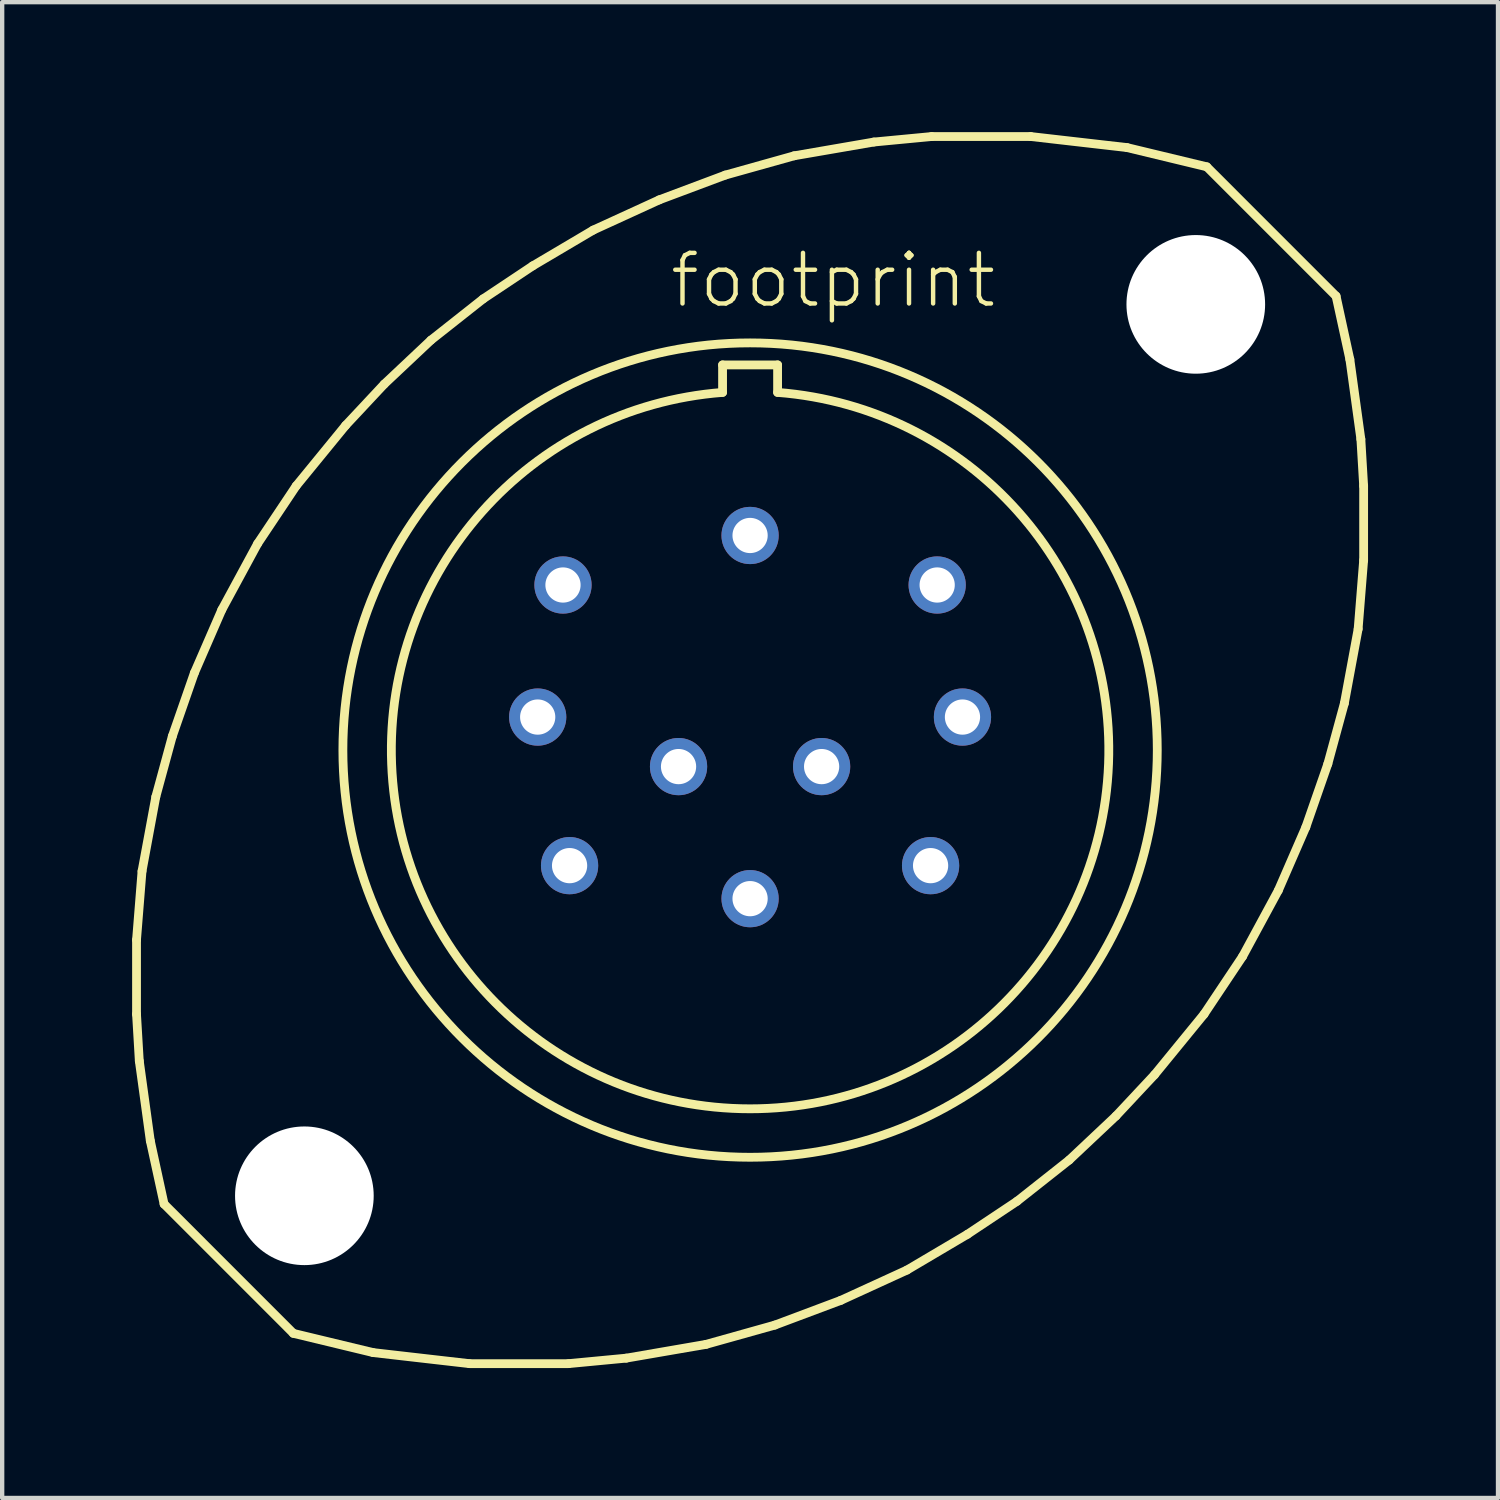
<source format=kicad_pcb>
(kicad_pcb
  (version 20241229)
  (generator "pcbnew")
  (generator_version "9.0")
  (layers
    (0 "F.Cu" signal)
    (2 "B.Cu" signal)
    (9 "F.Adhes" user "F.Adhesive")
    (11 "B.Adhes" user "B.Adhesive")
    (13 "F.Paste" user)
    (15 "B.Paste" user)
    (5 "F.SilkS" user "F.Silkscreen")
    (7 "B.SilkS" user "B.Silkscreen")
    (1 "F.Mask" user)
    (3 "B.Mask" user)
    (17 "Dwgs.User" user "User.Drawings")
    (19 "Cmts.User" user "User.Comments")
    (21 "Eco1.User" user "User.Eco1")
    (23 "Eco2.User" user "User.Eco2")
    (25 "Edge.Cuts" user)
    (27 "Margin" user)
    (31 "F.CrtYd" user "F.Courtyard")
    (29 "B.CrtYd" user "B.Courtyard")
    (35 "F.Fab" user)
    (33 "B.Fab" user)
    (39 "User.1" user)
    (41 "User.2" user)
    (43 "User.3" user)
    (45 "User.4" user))
  (footprint "footprint"
    (layer "F.Cu")
    (at 14.262 14.262)
    (property "Reference" "footprint" (at -1.905 -10.16 0) (layer "F.SilkS") (effects (font (size 1.168 1.168) (thickness 0.102)) (justify left bottom)))
    (fp_line (start -14.161 4.381) (end -14.034 2.794) (stroke (width 0.203) (type solid)) (layer "F.SilkS"))
    (fp_line (start -14.161 6.096) (end -14.161 4.381) (stroke (width 0.203) (type solid)) (layer "F.SilkS"))
    (fp_line (start -14.097 7.176) (end -14.161 6.096) (stroke (width 0.203) (type solid)) (layer "F.SilkS"))
    (fp_line (start -14.034 2.794) (end -13.716 1.079) (stroke (width 0.203) (type solid)) (layer "F.SilkS"))
    (fp_line (start -13.843 9.017) (end -14.097 7.176) (stroke (width 0.203) (type solid)) (layer "F.SilkS"))
    (fp_line (start -13.716 1.079) (end -13.335 -0.318) (stroke (width 0.203) (type solid)) (layer "F.SilkS"))
    (fp_line (start -13.525 10.477) (end -13.843 9.017) (stroke (width 0.203) (type solid)) (layer "F.SilkS"))
    (fp_line (start -13.525 10.477) (end -10.541 13.462) (stroke (width 0.203) (type solid)) (layer "F.SilkS"))
    (fp_line (start -13.335 -0.318) (end -12.827 -1.778) (stroke (width 0.203) (type solid)) (layer "F.SilkS"))
    (fp_line (start -12.827 -1.778) (end -12.192 -3.239) (stroke (width 0.203) (type solid)) (layer "F.SilkS"))
    (fp_line (start -12.192 -3.239) (end -11.367 -4.763) (stroke (width 0.203) (type solid)) (layer "F.SilkS"))
    (fp_line (start -11.367 -4.763) (end -10.477 -6.096) (stroke (width 0.203) (type solid)) (layer "F.SilkS"))
    (fp_line (start -10.477 -6.096) (end -9.335 -7.493) (stroke (width 0.203) (type solid)) (layer "F.SilkS"))
    (fp_line (start -9.335 -7.493) (end -8.445 -8.445) (stroke (width 0.203) (type solid)) (layer "F.SilkS"))
    (fp_line (start -8.7 13.906) (end -10.541 13.462) (stroke (width 0.203) (type solid)) (layer "F.SilkS"))
    (fp_line (start -8.445 -8.445) (end -7.366 -9.461) (stroke (width 0.203) (type solid)) (layer "F.SilkS"))
    (fp_line (start -7.366 -9.461) (end -6.16 -10.414) (stroke (width 0.203) (type solid)) (layer "F.SilkS"))
    (fp_line (start -6.477 14.161) (end -8.7 13.906) (stroke (width 0.203) (type solid)) (layer "F.SilkS"))
    (fp_line (start -6.16 -10.414) (end -5.016 -11.176) (stroke (width 0.203) (type solid)) (layer "F.SilkS"))
    (fp_line (start -5.016 -11.176) (end -3.619 -12.002) (stroke (width 0.203) (type solid)) (layer "F.SilkS"))
    (fp_line (start -4.191 14.161) (end -6.477 14.161) (stroke (width 0.203) (type solid)) (layer "F.SilkS"))
    (fp_line (start -3.619 -12.002) (end -2.095 -12.7) (stroke (width 0.203) (type solid)) (layer "F.SilkS"))
    (fp_line (start -2.857 14.034) (end -4.191 14.161) (stroke (width 0.203) (type solid)) (layer "F.SilkS"))
    (fp_line (start -2.095 -12.7) (end -0.572 -13.271) (stroke (width 0.203) (type solid)) (layer "F.SilkS"))
    (fp_line (start -1.016 13.716) (end -2.857 14.034) (stroke (width 0.203) (type solid)) (layer "F.SilkS"))
    (fp_line (start -0.635 -8.89) (end 0.635 -8.89) (stroke (width 0.203) (type solid)) (layer "F.SilkS"))
    (fp_line (start -0.635 -8.255) (end -0.635 -8.89) (stroke (width 0.203) (type solid)) (layer "F.SilkS"))
    (fp_line (start -0.572 -13.271) (end 1.016 -13.716) (stroke (width 0.203) (type solid)) (layer "F.SilkS"))
    (fp_line (start 0.572 13.271) (end -1.016 13.716) (stroke (width 0.203) (type solid)) (layer "F.SilkS"))
    (fp_line (start 0.635 -8.89) (end 0.635 -8.255) (stroke (width 0.203) (type solid)) (layer "F.SilkS"))
    (fp_line (start 1.016 -13.716) (end 2.857 -14.034) (stroke (width 0.203) (type solid)) (layer "F.SilkS"))
    (fp_line (start 2.095 12.7) (end 0.572 13.271) (stroke (width 0.203) (type solid)) (layer "F.SilkS"))
    (fp_line (start 2.857 -14.034) (end 4.191 -14.161) (stroke (width 0.203) (type solid)) (layer "F.SilkS"))
    (fp_line (start 3.619 12.002) (end 2.095 12.7) (stroke (width 0.203) (type solid)) (layer "F.SilkS"))
    (fp_line (start 4.191 -14.161) (end 6.477 -14.161) (stroke (width 0.203) (type solid)) (layer "F.SilkS"))
    (fp_line (start 5.016 11.176) (end 3.619 12.002) (stroke (width 0.203) (type solid)) (layer "F.SilkS"))
    (fp_line (start 6.16 10.414) (end 5.016 11.176) (stroke (width 0.203) (type solid)) (layer "F.SilkS"))
    (fp_line (start 6.477 -14.161) (end 8.7 -13.906) (stroke (width 0.203) (type solid)) (layer "F.SilkS"))
    (fp_line (start 7.366 9.461) (end 6.16 10.414) (stroke (width 0.203) (type solid)) (layer "F.SilkS"))
    (fp_line (start 8.445 8.445) (end 7.366 9.461) (stroke (width 0.203) (type solid)) (layer "F.SilkS"))
    (fp_line (start 8.7 -13.906) (end 10.541 -13.462) (stroke (width 0.203) (type solid)) (layer "F.SilkS"))
    (fp_line (start 9.335 7.493) (end 8.445 8.445) (stroke (width 0.203) (type solid)) (layer "F.SilkS"))
    (fp_line (start 10.477 6.096) (end 9.335 7.493) (stroke (width 0.203) (type solid)) (layer "F.SilkS"))
    (fp_line (start 11.367 4.763) (end 10.477 6.096) (stroke (width 0.203) (type solid)) (layer "F.SilkS"))
    (fp_line (start 12.192 3.239) (end 11.367 4.763) (stroke (width 0.203) (type solid)) (layer "F.SilkS"))
    (fp_line (start 12.827 1.778) (end 12.192 3.239) (stroke (width 0.203) (type solid)) (layer "F.SilkS"))
    (fp_line (start 13.335 0.318) (end 12.827 1.778) (stroke (width 0.203) (type solid)) (layer "F.SilkS"))
    (fp_line (start 13.525 -10.477) (end 10.541 -13.462) (stroke (width 0.203) (type solid)) (layer "F.SilkS"))
    (fp_line (start 13.525 -10.477) (end 13.843 -9.017) (stroke (width 0.203) (type solid)) (layer "F.SilkS"))
    (fp_line (start 13.716 -1.079) (end 13.335 0.318) (stroke (width 0.203) (type solid)) (layer "F.SilkS"))
    (fp_line (start 13.843 -9.017) (end 14.097 -7.176) (stroke (width 0.203) (type solid)) (layer "F.SilkS"))
    (fp_line (start 14.034 -2.794) (end 13.716 -1.079) (stroke (width 0.203) (type solid)) (layer "F.SilkS"))
    (fp_line (start 14.097 -7.176) (end 14.161 -6.096) (stroke (width 0.203) (type solid)) (layer "F.SilkS"))
    (fp_line (start 14.161 -6.096) (end 14.161 -4.381) (stroke (width 0.203) (type solid)) (layer "F.SilkS"))
    (fp_line (start 14.161 -4.381) (end 14.034 -2.794) (stroke (width 0.203) (type solid)) (layer "F.SilkS"))
    (fp_arc (start 0.635 -8.255) (mid 0 8.279387) (end -0.635 -8.255) (stroke (width 0.2032) (type solid)) (layer "F.SilkS"))
    (fp_circle (center 0 0) (end 9.398 0) (stroke (width 0.203) (type solid)) (fill no) (layer "F.SilkS"))
    (pad "" np_thru_hole circle (at -10.287 10.287) (size 3.2 3.2) (drill 3.2) (layers "*.Cu" "*.Mask"))
    (pad "" np_thru_hole circle (at 10.287 -10.287) (size 3.2 3.2) (drill 3.2) (layers "*.Cu" "*.Mask"))
    (pad "A" thru_hole circle (at 0 -4.953) (size 1.321 1.321) (drill 0.813) (layers "*.Cu" "*.Mask"))
    (pad "B" thru_hole circle (at 4.318 -3.81) (size 1.321 1.321) (drill 0.813) (layers "*.Cu" "*.Mask"))
    (pad "C" thru_hole circle (at 4.902 -0.762) (size 1.321 1.321) (drill 0.813) (layers "*.Cu" "*.Mask"))
    (pad "D" thru_hole circle (at 4.166 2.667) (size 1.321 1.321) (drill 0.813) (layers "*.Cu" "*.Mask"))
    (pad "E" thru_hole circle (at 0 3.429) (size 1.321 1.321) (drill 0.813) (layers "*.Cu" "*.Mask"))
    (pad "F" thru_hole circle (at -4.166 2.667) (size 1.321 1.321) (drill 0.813) (layers "*.Cu" "*.Mask"))
    (pad "G" thru_hole circle (at -4.902 -0.762) (size 1.321 1.321) (drill 0.813) (layers "*.Cu" "*.Mask"))
    (pad "H" thru_hole circle (at -4.318 -3.81) (size 1.321 1.321) (drill 0.813) (layers "*.Cu" "*.Mask"))
    (pad "J" thru_hole circle (at 1.651 0.381) (size 1.321 1.321) (drill 0.813) (layers "*.Cu" "*.Mask"))
    (pad "K" thru_hole circle (at -1.651 0.381) (size 1.321 1.321) (drill 0.813) (layers "*.Cu" "*.Mask")))
  (gr_rect
    (start -3 -3)
    (end 31.524 31.524)
    (stroke (width 0.1) (type default))
    (fill no)
    (layer "Edge.Cuts")))
</source>
